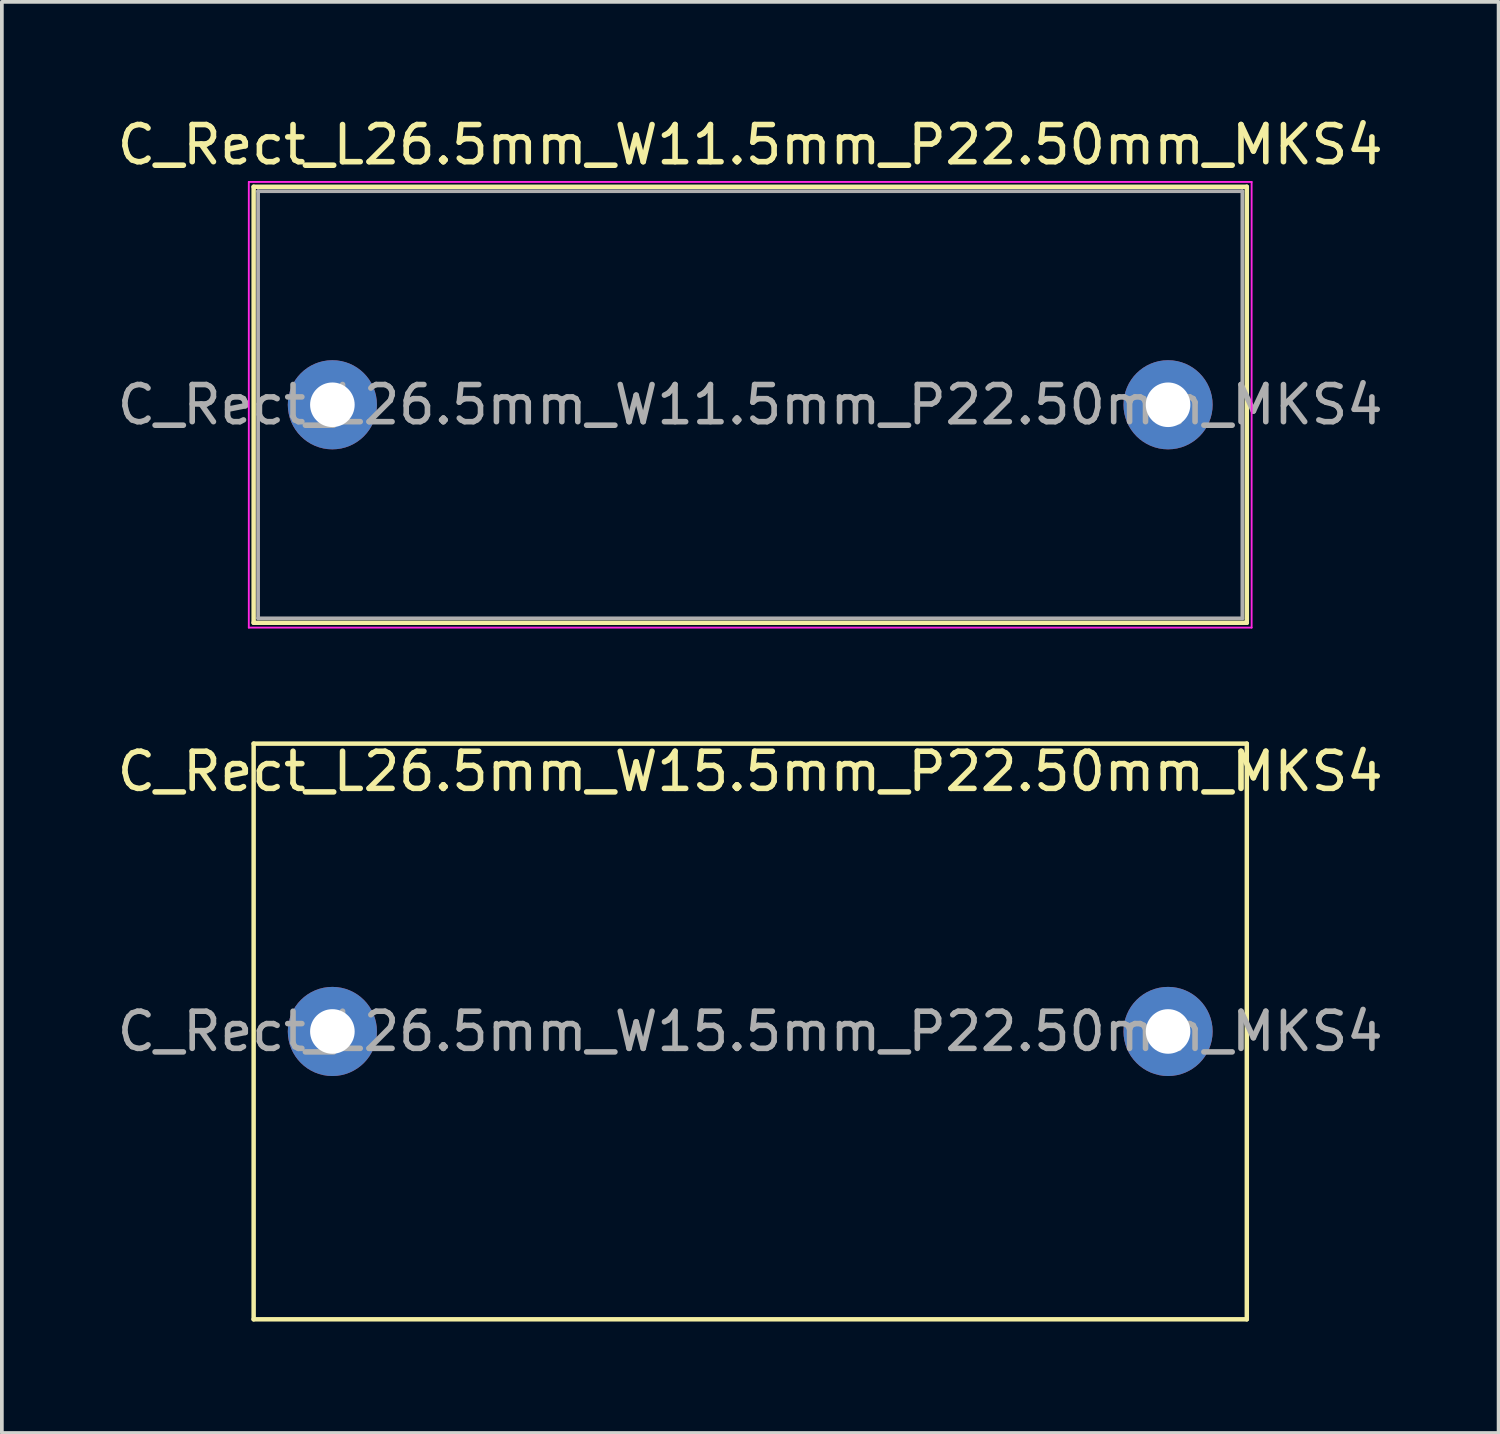
<source format=kicad_pcb>
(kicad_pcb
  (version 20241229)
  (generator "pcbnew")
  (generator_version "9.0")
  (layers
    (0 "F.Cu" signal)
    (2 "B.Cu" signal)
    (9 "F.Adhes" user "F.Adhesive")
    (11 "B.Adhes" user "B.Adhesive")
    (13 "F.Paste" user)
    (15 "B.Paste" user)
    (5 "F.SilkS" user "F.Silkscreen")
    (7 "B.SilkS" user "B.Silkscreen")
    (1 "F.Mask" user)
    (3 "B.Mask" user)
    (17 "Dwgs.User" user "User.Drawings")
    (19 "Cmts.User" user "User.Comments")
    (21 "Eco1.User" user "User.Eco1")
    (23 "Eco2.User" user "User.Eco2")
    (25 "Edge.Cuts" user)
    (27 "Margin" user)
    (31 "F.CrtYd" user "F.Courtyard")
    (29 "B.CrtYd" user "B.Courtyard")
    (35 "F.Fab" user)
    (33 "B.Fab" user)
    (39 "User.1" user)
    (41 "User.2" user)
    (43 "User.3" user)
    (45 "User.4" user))
  (footprint "C_Rect_L26.5mm_W15.5mm_P22.50mm_MKS4"
    (layer "F.Cu")
    (at 5.899 24.721)
    (property "Reference" "C_Rect_L26.5mm_W15.5mm_P22.50mm_MKS4" (at 11.25 -7 0) (layer "F.SilkS") (effects (font (size 1 1) (thickness 0.15))))
    (attr through_hole)
    (fp_line (start -2.12 -7.75) (end -2.12 7.75) (stroke (width 0.12) (type solid)) (layer "F.SilkS"))
    (fp_line (start -2.12 -7.75) (end 24.62 -7.75) (stroke (width 0.12) (type solid)) (layer "F.SilkS"))
    (fp_line (start -2.12 7.75) (end 24.62 7.75) (stroke (width 0.12) (type solid)) (layer "F.SilkS"))
    (fp_line (start 24.62 -7.75) (end 24.62 7.75) (stroke (width 0.12) (type solid)) (layer "F.SilkS"))
    (fp_text user "${REFERENCE}" (at 11.25 0 0) (layer "F.Fab") (effects (font (size 1 1) (thickness 0.15))))
    (pad "1" thru_hole circle (at 0 0) (size 2.4 2.4) (drill 1.2) (layers "*.Cu" "*.Mask"))
    (pad "2" thru_hole circle (at 22.5 0) (size 2.4 2.4) (drill 1.2) (layers "*.Cu" "*.Mask")))
  (footprint "C_Rect_L26.5mm_W11.5mm_P22.50mm_MKS4"
    (layer "F.Cu")
    (at 5.899 7.848)
    (property "Reference" "C_Rect_L26.5mm_W11.5mm_P22.50mm_MKS4" (at 11.25 -7 0) (layer "F.SilkS") (effects (font (size 1 1) (thickness 0.15))))
    (attr through_hole)
    (fp_line (start -2.12 -5.87) (end -2.12 5.87) (stroke (width 0.12) (type solid)) (layer "F.SilkS"))
    (fp_line (start -2.12 -5.87) (end 24.62 -5.87) (stroke (width 0.12) (type solid)) (layer "F.SilkS"))
    (fp_line (start -2.12 5.87) (end 24.62 5.87) (stroke (width 0.12) (type solid)) (layer "F.SilkS"))
    (fp_line (start 24.62 -5.87) (end 24.62 5.87) (stroke (width 0.12) (type solid)) (layer "F.SilkS"))
    (fp_line (start -2.25 -6) (end -2.25 6) (stroke (width 0.05) (type solid)) (layer "F.CrtYd"))
    (fp_line (start -2.25 6) (end 24.75 6) (stroke (width 0.05) (type solid)) (layer "F.CrtYd"))
    (fp_line (start 24.75 -6) (end -2.25 -6) (stroke (width 0.05) (type solid)) (layer "F.CrtYd"))
    (fp_line (start 24.75 6) (end 24.75 -6) (stroke (width 0.05) (type solid)) (layer "F.CrtYd"))
    (fp_line (start -2 -5.75) (end -2 5.75) (stroke (width 0.1) (type solid)) (layer "F.Fab"))
    (fp_line (start -2 5.75) (end 24.5 5.75) (stroke (width 0.1) (type solid)) (layer "F.Fab"))
    (fp_line (start 24.5 -5.75) (end -2 -5.75) (stroke (width 0.1) (type solid)) (layer "F.Fab"))
    (fp_line (start 24.5 5.75) (end 24.5 -5.75) (stroke (width 0.1) (type solid)) (layer "F.Fab"))
    (fp_text user "${REFERENCE}" (at 11.25 0 0) (layer "F.Fab") (effects (font (size 1 1) (thickness 0.15))))
    (pad "1" thru_hole circle (at 0 0) (size 2.4 2.4) (drill 1.2) (layers "*.Cu" "*.Mask"))
    (pad "2" thru_hole circle (at 22.5 0) (size 2.4 2.4) (drill 1.2) (layers "*.Cu" "*.Mask")))
  (gr_rect
    (start -3 -3)
    (end 37.298 35.532)
    (stroke (width 0.1) (type default))
    (fill no)
    (layer "Edge.Cuts")))
</source>
